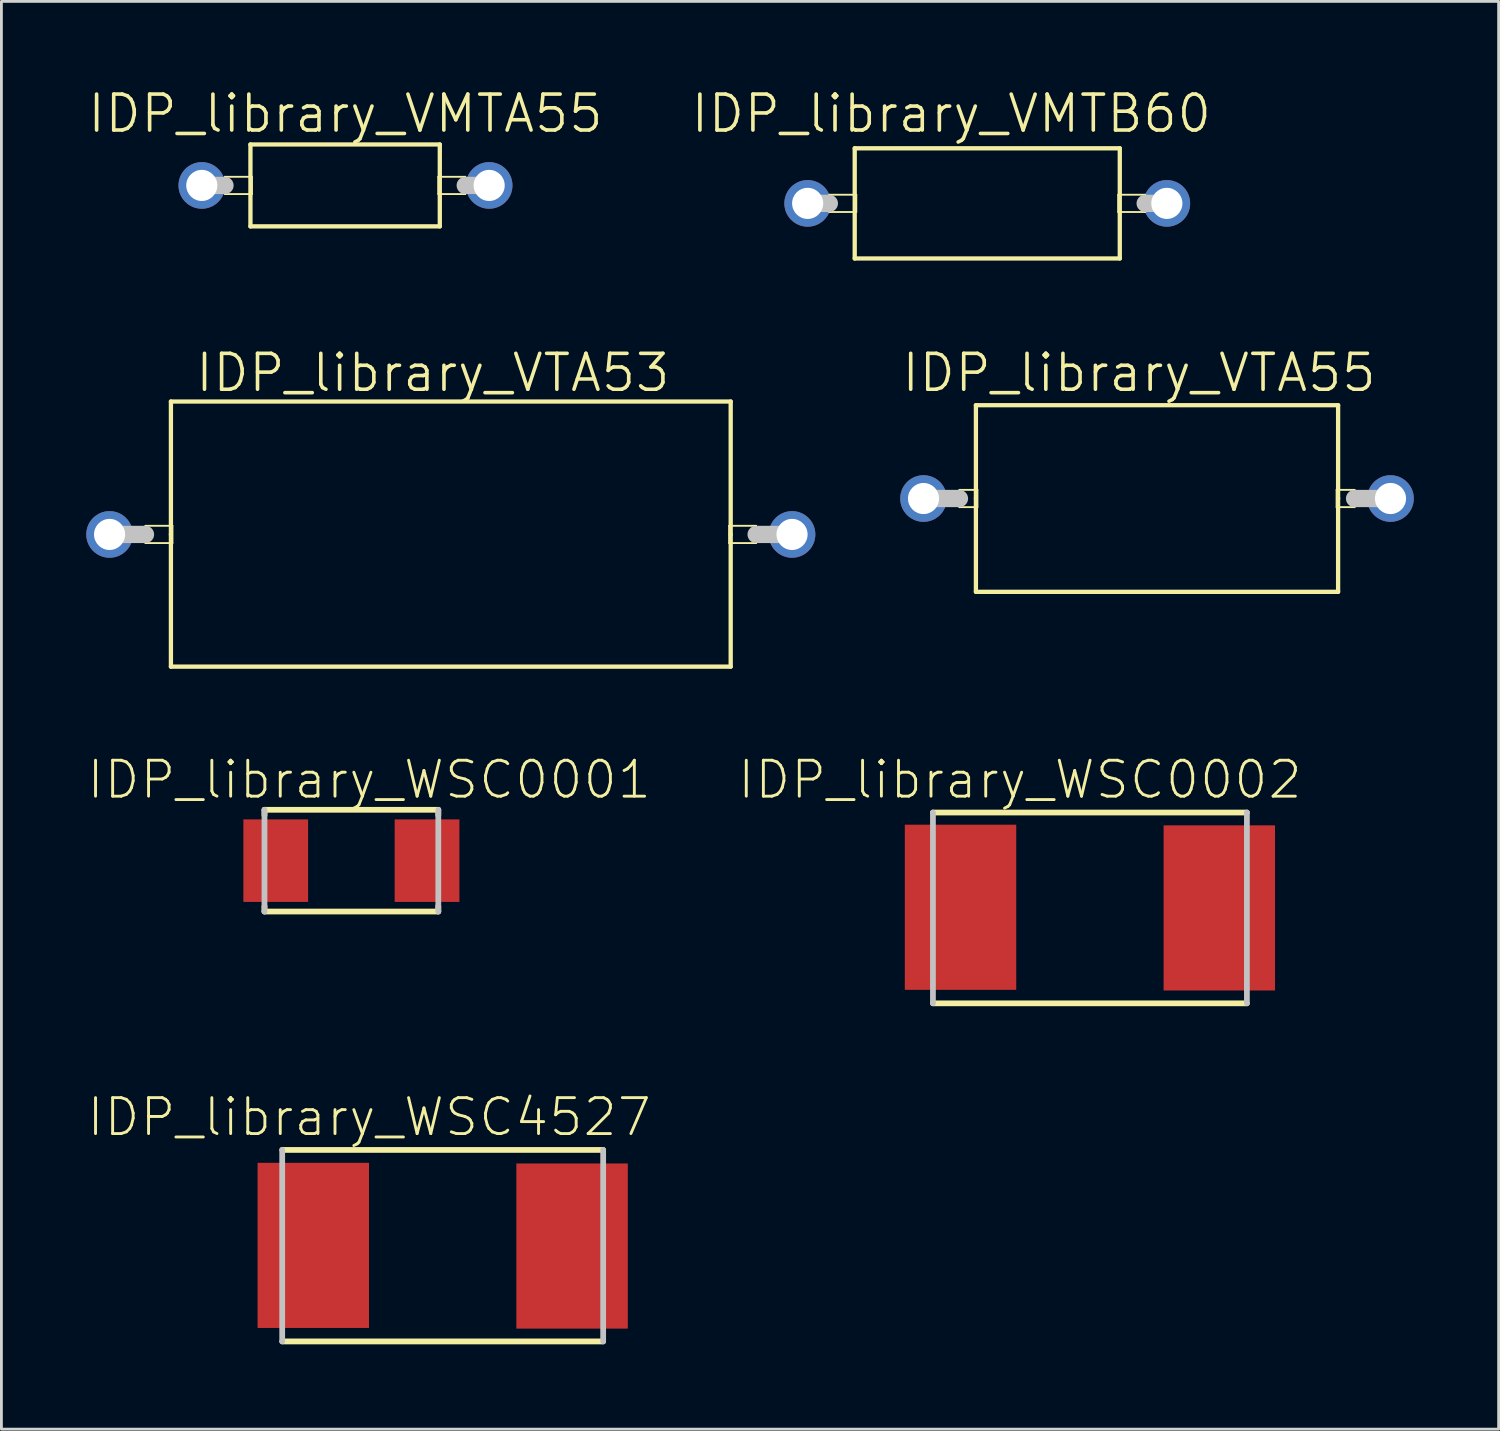
<source format=kicad_pcb>
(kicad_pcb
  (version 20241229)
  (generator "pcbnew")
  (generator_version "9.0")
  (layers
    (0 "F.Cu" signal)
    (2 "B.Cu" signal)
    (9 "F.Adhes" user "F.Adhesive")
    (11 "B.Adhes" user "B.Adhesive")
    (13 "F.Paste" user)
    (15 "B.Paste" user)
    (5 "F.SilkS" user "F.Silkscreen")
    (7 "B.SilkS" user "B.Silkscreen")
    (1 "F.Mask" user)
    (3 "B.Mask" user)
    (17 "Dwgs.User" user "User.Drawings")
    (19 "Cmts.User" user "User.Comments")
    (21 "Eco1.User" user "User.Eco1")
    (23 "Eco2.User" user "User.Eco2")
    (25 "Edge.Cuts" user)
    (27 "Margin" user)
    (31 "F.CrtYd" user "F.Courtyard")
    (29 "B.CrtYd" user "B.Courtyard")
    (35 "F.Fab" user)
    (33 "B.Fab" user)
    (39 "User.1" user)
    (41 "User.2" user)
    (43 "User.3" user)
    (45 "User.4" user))
  (footprint "IDP_library_WSC4527"
    (layer "F.Cu")
    (at 12.602 41.006)
    (property "Reference" "IDP_library_WSC4527" (at -2.598 -4.559 0) (layer "F.SilkS") (effects (font (size 1.27 1.27) (thickness 0.102))))
    (attr smd)
    (fp_line (start -5.674 3.373) (end 5.674 3.373) (stroke (width 0.203) (type solid)) (layer "F.SilkS"))
    (fp_line (start 5.674 -3.399) (end -5.674 -3.399) (stroke (width 0.203) (type solid)) (layer "F.SilkS"))
    (fp_line (start -5.674 -3.399) (end -5.674 3.373) (stroke (width 0.203) (type solid)) (layer "Dwgs.User"))
    (fp_line (start 5.674 3.373) (end 5.674 -3.399) (stroke (width 0.203) (type solid)) (layer "Dwgs.User"))
    (pad "1" smd rect (at -4.575 -0.023) (size 3.94 5.839) (layers "F.Cu" "F.Mask" "F.Paste"))
    (pad "2" smd rect (at 4.575 0) (size 3.94 5.839) (layers "F.Cu" "F.Mask" "F.Paste")))
  (footprint "IDP_library_VTA55"
    (layer "F.Cu")
    (at 37.858 14.576)
    (property "Reference" "IDP_library_VTA55" (at -0.635 -4.445 0) (layer "F.SilkS") (effects (font (size 1.27 1.27) (thickness 0.127))))
    (attr exclude_from_pos_files exclude_from_bom)
    (fp_line (start -6.985 -0.305) (end -6.35 -0.305) (stroke (width 0.066) (type solid)) (layer "F.SilkS"))
    (fp_line (start -6.985 0.305) (end -6.985 -0.305) (stroke (width 0.066) (type solid)) (layer "F.SilkS"))
    (fp_line (start -6.985 0.305) (end -6.35 0.305) (stroke (width 0.066) (type solid)) (layer "F.SilkS"))
    (fp_line (start -6.403 -3.299) (end -6.403 0) (stroke (width 0.152) (type solid)) (layer "F.SilkS"))
    (fp_line (start -6.403 0) (end -6.403 3.299) (stroke (width 0.152) (type solid)) (layer "F.SilkS"))
    (fp_line (start -6.403 3.299) (end 6.403 3.299) (stroke (width 0.152) (type solid)) (layer "F.SilkS"))
    (fp_line (start -6.35 0.305) (end -6.35 -0.305) (stroke (width 0.066) (type solid)) (layer "F.SilkS"))
    (fp_line (start 6.35 -0.305) (end 6.985 -0.305) (stroke (width 0.066) (type solid)) (layer "F.SilkS"))
    (fp_line (start 6.35 0.305) (end 6.35 -0.305) (stroke (width 0.066) (type solid)) (layer "F.SilkS"))
    (fp_line (start 6.35 0.305) (end 6.985 0.305) (stroke (width 0.066) (type solid)) (layer "F.SilkS"))
    (fp_line (start 6.403 -3.299) (end -6.403 -3.299) (stroke (width 0.152) (type solid)) (layer "F.SilkS"))
    (fp_line (start 6.403 0) (end 6.403 -3.299) (stroke (width 0.152) (type solid)) (layer "F.SilkS"))
    (fp_line (start 6.403 3.299) (end 6.403 0) (stroke (width 0.152) (type solid)) (layer "F.SilkS"))
    (fp_line (start 6.985 0.305) (end 6.985 -0.305) (stroke (width 0.066) (type solid)) (layer "F.SilkS"))
    (fp_line (start -8.255 0) (end -6.985 0) (stroke (width 0.61) (type solid)) (layer "Dwgs.User"))
    (fp_line (start 6.985 0) (end 8.255 0) (stroke (width 0.61) (type solid)) (layer "Dwgs.User"))
    (pad "1" thru_hole circle (at -8.255 0) (size 1.648 1.648) (drill 1.1) (layers "*.Cu" "*.Paste" "*.Mask"))
    (pad "2" thru_hole circle (at 8.255 0) (size 1.648 1.648) (drill 1.1) (layers "*.Cu" "*.Paste" "*.Mask")))
  (footprint "IDP_library_VMTB60"
    (layer "F.Cu")
    (at 31.856 4.141)
    (property "Reference" "IDP_library_VMTB60" (at -1.27 -3.175 0) (layer "F.SilkS") (effects (font (size 1.27 1.27) (thickness 0.127))))
    (attr exclude_from_pos_files exclude_from_bom)
    (fp_line (start -5.583 -0.305) (end -4.63 -0.305) (stroke (width 0.066) (type solid)) (layer "F.SilkS"))
    (fp_line (start -5.583 0.305) (end -5.583 -0.305) (stroke (width 0.066) (type solid)) (layer "F.SilkS"))
    (fp_line (start -5.583 0.305) (end -4.63 0.305) (stroke (width 0.066) (type solid)) (layer "F.SilkS"))
    (fp_line (start -4.686 -1.948) (end -4.686 1.948) (stroke (width 0.152) (type solid)) (layer "F.SilkS"))
    (fp_line (start -4.686 1.948) (end 4.686 1.948) (stroke (width 0.152) (type solid)) (layer "F.SilkS"))
    (fp_line (start -4.63 0.305) (end -4.63 -0.305) (stroke (width 0.066) (type solid)) (layer "F.SilkS"))
    (fp_line (start 4.63 -0.305) (end 5.583 -0.305) (stroke (width 0.066) (type solid)) (layer "F.SilkS"))
    (fp_line (start 4.63 0.305) (end 4.63 -0.305) (stroke (width 0.066) (type solid)) (layer "F.SilkS"))
    (fp_line (start 4.63 0.305) (end 5.583 0.305) (stroke (width 0.066) (type solid)) (layer "F.SilkS"))
    (fp_line (start 4.686 -1.948) (end -4.686 -1.948) (stroke (width 0.152) (type solid)) (layer "F.SilkS"))
    (fp_line (start 4.686 1.948) (end 4.686 -1.948) (stroke (width 0.152) (type solid)) (layer "F.SilkS"))
    (fp_line (start 5.583 0.305) (end 5.583 -0.305) (stroke (width 0.066) (type solid)) (layer "F.SilkS"))
    (fp_line (start -6.35 0) (end -5.583 0) (stroke (width 0.61) (type solid)) (layer "Dwgs.User"))
    (fp_line (start 5.583 0) (end 6.35 0) (stroke (width 0.61) (type solid)) (layer "Dwgs.User"))
    (pad "1" thru_hole circle (at -6.35 0) (size 1.648 1.648) (drill 1.1) (layers "*.Cu" "*.Paste" "*.Mask"))
    (pad "2" thru_hole circle (at 6.35 0) (size 1.648 1.648) (drill 1.1) (layers "*.Cu" "*.Paste" "*.Mask")))
  (footprint "IDP_library_VTA53"
    (layer "F.Cu")
    (at 12.889 15.846)
    (property "Reference" "IDP_library_VTA53" (at -0.635 -5.715 0) (layer "F.SilkS") (effects (font (size 1.27 1.27) (thickness 0.127))))
    (attr exclude_from_pos_files exclude_from_bom)
    (fp_line (start -10.795 -0.305) (end -9.842 -0.305) (stroke (width 0.066) (type solid)) (layer "F.SilkS"))
    (fp_line (start -10.795 0.305) (end -10.795 -0.305) (stroke (width 0.066) (type solid)) (layer "F.SilkS"))
    (fp_line (start -10.795 0.305) (end -9.842 0.305) (stroke (width 0.066) (type solid)) (layer "F.SilkS"))
    (fp_line (start -9.896 -4.699) (end -9.896 0) (stroke (width 0.152) (type solid)) (layer "F.SilkS"))
    (fp_line (start -9.896 0) (end -9.896 4.674) (stroke (width 0.152) (type solid)) (layer "F.SilkS"))
    (fp_line (start -9.896 4.674) (end 9.896 4.674) (stroke (width 0.152) (type solid)) (layer "F.SilkS"))
    (fp_line (start -9.842 0.305) (end -9.842 -0.305) (stroke (width 0.066) (type solid)) (layer "F.SilkS"))
    (fp_line (start 9.842 -0.305) (end 10.795 -0.305) (stroke (width 0.066) (type solid)) (layer "F.SilkS"))
    (fp_line (start 9.842 0.305) (end 9.842 -0.305) (stroke (width 0.066) (type solid)) (layer "F.SilkS"))
    (fp_line (start 9.842 0.305) (end 10.795 0.305) (stroke (width 0.066) (type solid)) (layer "F.SilkS"))
    (fp_line (start 9.896 -4.699) (end -9.896 -4.699) (stroke (width 0.152) (type solid)) (layer "F.SilkS"))
    (fp_line (start 9.896 0) (end 9.896 -4.699) (stroke (width 0.152) (type solid)) (layer "F.SilkS"))
    (fp_line (start 9.896 4.674) (end 9.896 0) (stroke (width 0.152) (type solid)) (layer "F.SilkS"))
    (fp_line (start 10.795 0.305) (end 10.795 -0.305) (stroke (width 0.066) (type solid)) (layer "F.SilkS"))
    (fp_line (start -12.065 0) (end -10.795 0) (stroke (width 0.61) (type solid)) (layer "Dwgs.User"))
    (fp_line (start 10.795 0) (end 12.065 0) (stroke (width 0.61) (type solid)) (layer "Dwgs.User"))
    (pad "1" thru_hole circle (at -12.065 0) (size 1.648 1.648) (drill 1.1) (layers "*.Cu" "*.Paste" "*.Mask"))
    (pad "2" thru_hole circle (at 12.065 0) (size 1.648 1.648) (drill 1.1) (layers "*.Cu" "*.Paste" "*.Mask")))
  (footprint "IDP_library_WSC0001"
    (layer "F.Cu")
    (at 9.374 27.38)
    (property "Reference" "IDP_library_WSC0001" (at 0.63 -2.863 0) (layer "F.SilkS") (effects (font (size 1.27 1.27) (thickness 0.102))))
    (attr smd)
    (fp_line (start -3.073 -1.798) (end -3.073 -1.605) (stroke (width 0.203) (type solid)) (layer "F.SilkS"))
    (fp_line (start -3.073 1.605) (end -3.073 1.798) (stroke (width 0.203) (type solid)) (layer "F.SilkS"))
    (fp_line (start -3.073 1.798) (end 3.073 1.798) (stroke (width 0.203) (type solid)) (layer "F.SilkS"))
    (fp_line (start 3.073 -1.798) (end -3.073 -1.798) (stroke (width 0.203) (type solid)) (layer "F.SilkS"))
    (fp_line (start 3.073 -1.605) (end 3.073 -1.798) (stroke (width 0.203) (type solid)) (layer "F.SilkS"))
    (fp_line (start 3.073 1.798) (end 3.073 1.605) (stroke (width 0.203) (type solid)) (layer "F.SilkS"))
    (fp_line (start -3.073 -1.798) (end -3.073 1.798) (stroke (width 0.203) (type solid)) (layer "Dwgs.User"))
    (fp_line (start 3.073 1.798) (end 3.073 -1.798) (stroke (width 0.203) (type solid)) (layer "Dwgs.User"))
    (pad "1" smd rect (at -2.675 0) (size 2.289 2.918) (layers "F.Cu" "F.Mask" "F.Paste"))
    (pad "2" smd rect (at 2.675 0) (size 2.289 2.918) (layers "F.Cu" "F.Mask" "F.Paste")))
  (footprint "IDP_library_WSC0002"
    (layer "F.Cu")
    (at 35.486 29.051)
    (property "Reference" "IDP_library_WSC0002" (at -2.474 -4.534 0) (layer "F.SilkS") (effects (font (size 1.27 1.27) (thickness 0.102))))
    (attr smd)
    (fp_line (start -5.55 3.373) (end 5.55 3.373) (stroke (width 0.203) (type solid)) (layer "F.SilkS"))
    (fp_line (start 5.55 -3.373) (end -5.55 -3.373) (stroke (width 0.203) (type solid)) (layer "F.SilkS"))
    (fp_line (start -5.55 -3.373) (end -5.55 3.373) (stroke (width 0.203) (type solid)) (layer "Dwgs.User"))
    (fp_line (start 5.55 3.373) (end 5.55 -3.373) (stroke (width 0.203) (type solid)) (layer "Dwgs.User"))
    (pad "1" smd rect (at -4.575 -0.023) (size 3.94 5.839) (layers "F.Cu" "F.Mask" "F.Paste"))
    (pad "2" smd rect (at 4.575 0) (size 3.94 5.839) (layers "F.Cu" "F.Mask" "F.Paste")))
  (footprint "IDP_library_VMTA55"
    (layer "F.Cu")
    (at 9.165 3.506)
    (property "Reference" "IDP_library_VMTA55" (at 0 -2.54 0) (layer "F.SilkS") (effects (font (size 1.27 1.27) (thickness 0.127))))
    (attr exclude_from_pos_files exclude_from_bom)
    (fp_line (start -4.26 -0.305) (end -3.307 -0.305) (stroke (width 0.066) (type solid)) (layer "F.SilkS"))
    (fp_line (start -4.26 0.305) (end -4.26 -0.305) (stroke (width 0.066) (type solid)) (layer "F.SilkS"))
    (fp_line (start -4.26 0.305) (end -3.307 0.305) (stroke (width 0.066) (type solid)) (layer "F.SilkS"))
    (fp_line (start -3.36 -1.448) (end -3.36 1.448) (stroke (width 0.152) (type solid)) (layer "F.SilkS"))
    (fp_line (start -3.36 1.448) (end 3.335 1.448) (stroke (width 0.152) (type solid)) (layer "F.SilkS"))
    (fp_line (start -3.307 0.305) (end -3.307 -0.305) (stroke (width 0.066) (type solid)) (layer "F.SilkS"))
    (fp_line (start 3.282 -0.305) (end 4.234 -0.305) (stroke (width 0.066) (type solid)) (layer "F.SilkS"))
    (fp_line (start 3.282 0.305) (end 3.282 -0.305) (stroke (width 0.066) (type solid)) (layer "F.SilkS"))
    (fp_line (start 3.282 0.305) (end 4.234 0.305) (stroke (width 0.066) (type solid)) (layer "F.SilkS"))
    (fp_line (start 3.335 -1.448) (end -3.36 -1.448) (stroke (width 0.152) (type solid)) (layer "F.SilkS"))
    (fp_line (start 3.335 1.448) (end 3.335 -1.448) (stroke (width 0.152) (type solid)) (layer "F.SilkS"))
    (fp_line (start 4.234 0.305) (end 4.234 -0.305) (stroke (width 0.066) (type solid)) (layer "F.SilkS"))
    (fp_line (start -5.08 0) (end -4.26 0) (stroke (width 0.61) (type solid)) (layer "Dwgs.User"))
    (fp_line (start 4.234 0) (end 5.08 0) (stroke (width 0.61) (type solid)) (layer "Dwgs.User"))
    (pad "1" thru_hole circle (at -5.08 0) (size 1.648 1.648) (drill 1.1) (layers "*.Cu" "*.Paste" "*.Mask"))
    (pad "2" thru_hole circle (at 5.08 0) (size 1.648 1.648) (drill 1.1) (layers "*.Cu" "*.Paste" "*.Mask")))
  (gr_rect
    (start -3 -3)
    (end 49.937 47.481)
    (stroke (width 0.1) (type default))
    (fill no)
    (layer "Edge.Cuts")))
</source>
